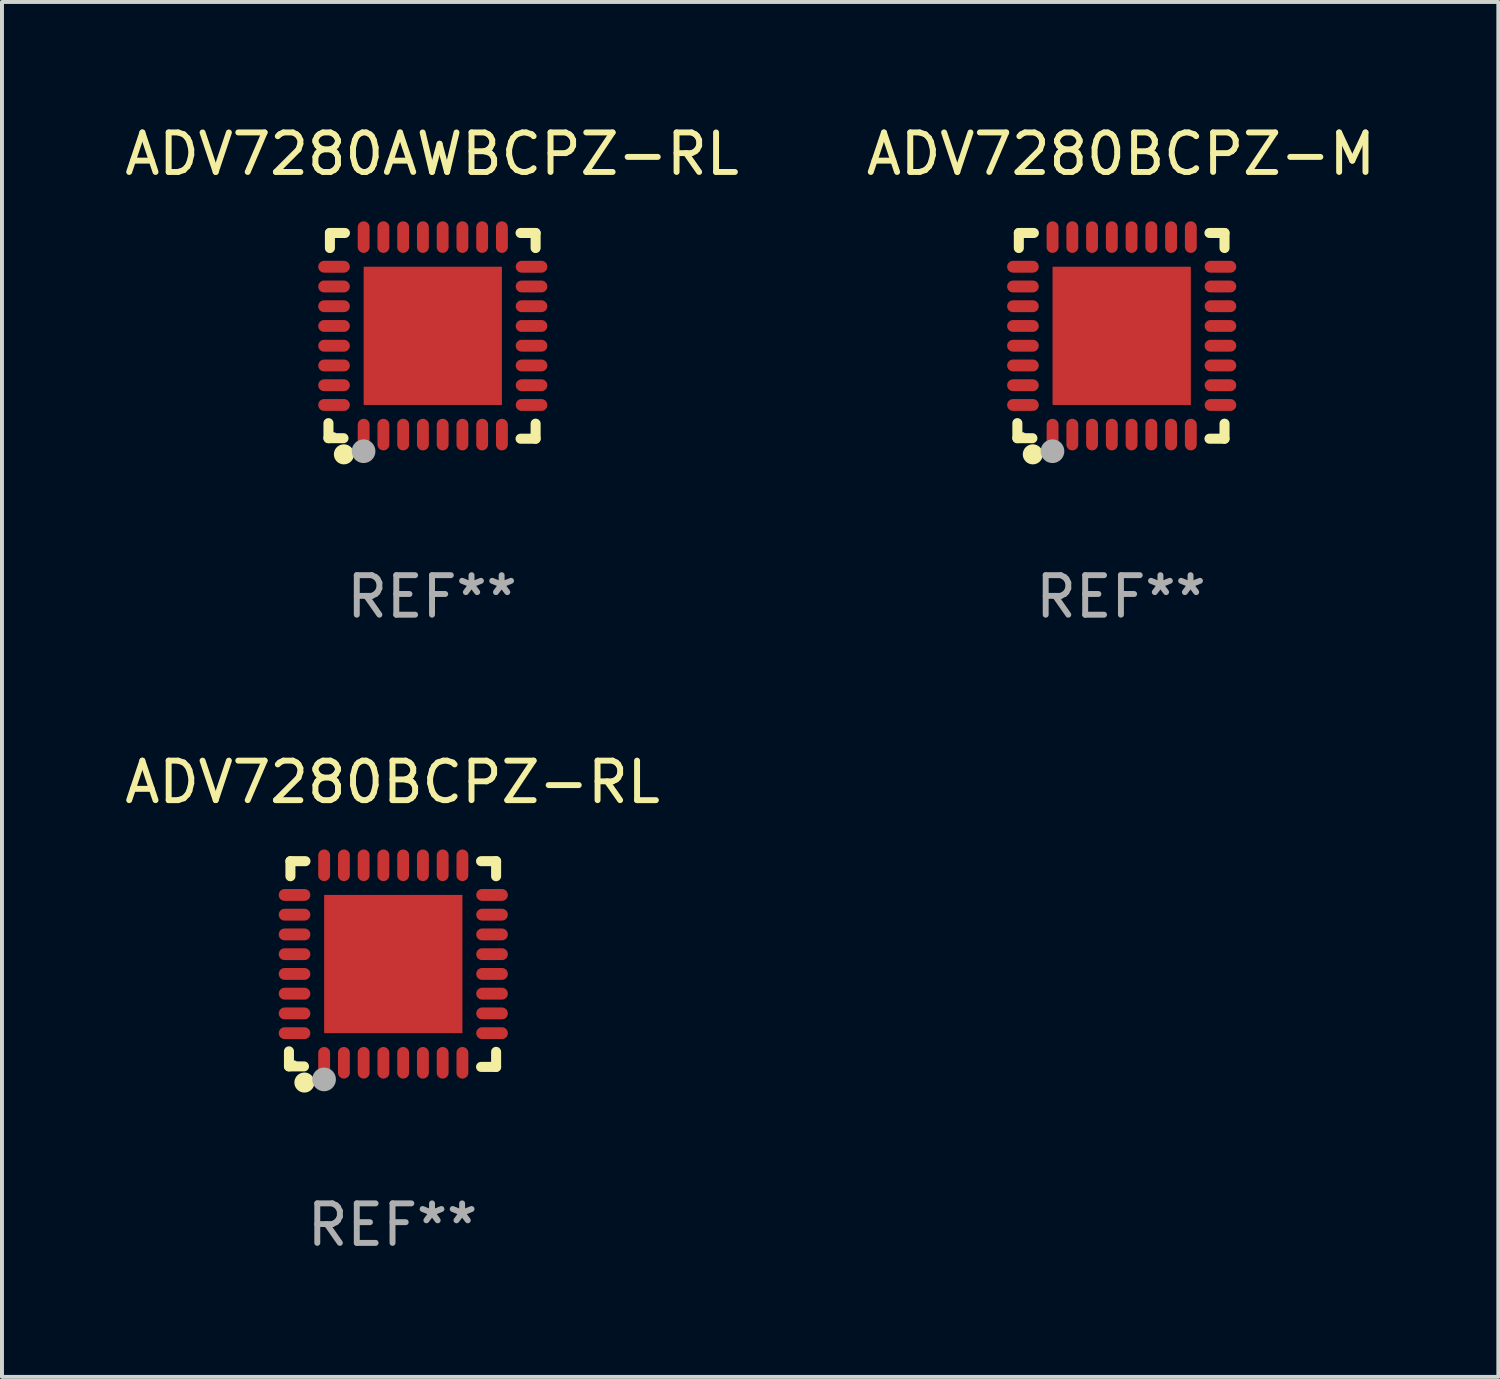
<source format=kicad_pcb>
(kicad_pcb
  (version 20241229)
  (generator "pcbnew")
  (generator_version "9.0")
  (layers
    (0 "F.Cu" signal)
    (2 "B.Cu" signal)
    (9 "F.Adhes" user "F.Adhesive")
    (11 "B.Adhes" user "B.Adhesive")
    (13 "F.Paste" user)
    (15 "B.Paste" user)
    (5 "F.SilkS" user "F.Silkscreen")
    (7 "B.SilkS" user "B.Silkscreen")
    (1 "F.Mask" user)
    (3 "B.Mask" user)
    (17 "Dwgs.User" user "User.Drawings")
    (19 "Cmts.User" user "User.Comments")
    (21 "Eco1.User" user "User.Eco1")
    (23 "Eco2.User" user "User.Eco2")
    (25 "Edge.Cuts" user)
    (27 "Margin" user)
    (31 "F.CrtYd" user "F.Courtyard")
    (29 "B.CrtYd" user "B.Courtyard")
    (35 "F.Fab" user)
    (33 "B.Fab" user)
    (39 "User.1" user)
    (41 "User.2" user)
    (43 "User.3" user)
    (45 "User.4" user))
  (footprint "ADV7280BCPZ-M"
    (layer "F.Cu")
    (at 25.327 5.452)
    (property "Reference" "ADV7280BCPZ-M" (at 0 -4.604 0) (layer "F.SilkS") (effects (font (size 1 1) (thickness 0.15))))
    (attr through_hole)
    (fp_line (start -2.622 2.21) (end -2.622 2.591) (stroke (width 0.254) (type solid)) (layer "F.SilkS"))
    (fp_line (start -2.622 2.591) (end -2.241 2.591) (stroke (width 0.254) (type solid)) (layer "F.SilkS"))
    (fp_line (start -2.585 -2.604) (end -2.585 -2.223) (stroke (width 0.254) (type solid)) (layer "F.SilkS"))
    (fp_line (start -2.204 -2.604) (end -2.585 -2.604) (stroke (width 0.254) (type solid)) (layer "F.SilkS"))
    (fp_line (start 2.241 2.604) (end 2.622 2.604) (stroke (width 0.254) (type solid)) (layer "F.SilkS"))
    (fp_line (start 2.622 -2.604) (end 2.241 -2.604) (stroke (width 0.254) (type solid)) (layer "F.SilkS"))
    (fp_line (start 2.622 -2.223) (end 2.622 -2.604) (stroke (width 0.254) (type solid)) (layer "F.SilkS"))
    (fp_line (start 2.622 2.604) (end 2.622 2.223) (stroke (width 0.254) (type solid)) (layer "F.SilkS"))
    (fp_circle (center -2.481 2.5) (end -2.451 2.5) (stroke (width 0.06) (type solid)) (fill no) (layer "F.SilkS"))
    (fp_circle (center -2.231 3) (end -2.104 3) (stroke (width 0.254) (type solid)) (fill no) (layer "F.SilkS"))
    (fp_circle (center -1.733 2.921) (end -1.583 2.921) (stroke (width 0.3) (type solid)) (fill no) (layer "F.Fab"))
    (fp_text user "REF**" (at 0 6.604 0) (layer "F.Fab") (effects (font (size 1 1) (thickness 0.15))))
    (pad "1" smd oval (at -1.731 2.5 90) (size 0.8 0.3) (layers "F.Cu" "F.Mask" "F.Paste"))
    (pad "2" smd oval (at -1.231 2.5 90) (size 0.8 0.3) (layers "F.Cu" "F.Mask" "F.Paste"))
    (pad "3" smd oval (at -0.731 2.5 90) (size 0.8 0.3) (layers "F.Cu" "F.Mask" "F.Paste"))
    (pad "4" smd oval (at -0.231 2.5 90) (size 0.8 0.3) (layers "F.Cu" "F.Mask" "F.Paste"))
    (pad "5" smd oval (at 0.269 2.5 90) (size 0.8 0.3) (layers "F.Cu" "F.Mask" "F.Paste"))
    (pad "6" smd oval (at 0.769 2.5 90) (size 0.8 0.3) (layers "F.Cu" "F.Mask" "F.Paste"))
    (pad "7" smd oval (at 1.269 2.5 90) (size 0.8 0.3) (layers "F.Cu" "F.Mask" "F.Paste"))
    (pad "8" smd oval (at 1.769 2.5 90) (size 0.8 0.3) (layers "F.Cu" "F.Mask" "F.Paste"))
    (pad "9" smd oval (at 2.519 1.75 180) (size 0.8 0.3) (layers "F.Cu" "F.Mask" "F.Paste"))
    (pad "10" smd oval (at 2.519 1.25 180) (size 0.8 0.3) (layers "F.Cu" "F.Mask" "F.Paste"))
    (pad "11" smd oval (at 2.519 0.75 180) (size 0.8 0.3) (layers "F.Cu" "F.Mask" "F.Paste"))
    (pad "12" smd oval (at 2.519 0.25 180) (size 0.8 0.3) (layers "F.Cu" "F.Mask" "F.Paste"))
    (pad "13" smd oval (at 2.519 -0.25 180) (size 0.8 0.3) (layers "F.Cu" "F.Mask" "F.Paste"))
    (pad "14" smd oval (at 2.519 -0.75 180) (size 0.8 0.3) (layers "F.Cu" "F.Mask" "F.Paste"))
    (pad "15" smd oval (at 2.519 -1.25 180) (size 0.8 0.3) (layers "F.Cu" "F.Mask" "F.Paste"))
    (pad "16" smd oval (at 2.519 -1.75 180) (size 0.8 0.3) (layers "F.Cu" "F.Mask" "F.Paste"))
    (pad "17" smd oval (at 1.769 -2.5 270) (size 0.8 0.3) (layers "F.Cu" "F.Mask" "F.Paste"))
    (pad "18" smd oval (at 1.269 -2.5 270) (size 0.8 0.3) (layers "F.Cu" "F.Mask" "F.Paste"))
    (pad "19" smd oval (at 0.769 -2.5 270) (size 0.8 0.3) (layers "F.Cu" "F.Mask" "F.Paste"))
    (pad "20" smd oval (at 0.269 -2.5 270) (size 0.8 0.3) (layers "F.Cu" "F.Mask" "F.Paste"))
    (pad "21" smd oval (at -0.231 -2.5 270) (size 0.8 0.3) (layers "F.Cu" "F.Mask" "F.Paste"))
    (pad "22" smd oval (at -0.731 -2.5 270) (size 0.8 0.3) (layers "F.Cu" "F.Mask" "F.Paste"))
    (pad "23" smd oval (at -1.231 -2.5 270) (size 0.8 0.3) (layers "F.Cu" "F.Mask" "F.Paste"))
    (pad "24" smd oval (at -1.731 -2.5 270) (size 0.8 0.3) (layers "F.Cu" "F.Mask" "F.Paste"))
    (pad "25" smd oval (at -2.481 -1.75) (size 0.8 0.3) (layers "F.Cu" "F.Mask" "F.Paste"))
    (pad "26" smd oval (at -2.481 -1.25) (size 0.8 0.3) (layers "F.Cu" "F.Mask" "F.Paste"))
    (pad "27" smd oval (at -2.481 -0.75) (size 0.8 0.3) (layers "F.Cu" "F.Mask" "F.Paste"))
    (pad "28" smd oval (at -2.481 -0.25) (size 0.8 0.3) (layers "F.Cu" "F.Mask" "F.Paste"))
    (pad "29" smd oval (at -2.481 0.25) (size 0.8 0.3) (layers "F.Cu" "F.Mask" "F.Paste"))
    (pad "30" smd oval (at -2.481 0.75) (size 0.8 0.3) (layers "F.Cu" "F.Mask" "F.Paste"))
    (pad "31" smd oval (at -2.481 1.25) (size 0.8 0.3) (layers "F.Cu" "F.Mask" "F.Paste"))
    (pad "32" smd oval (at -2.481 1.75) (size 0.8 0.3) (layers "F.Cu" "F.Mask" "F.Paste"))
    (pad "33" smd rect (at 0.019 -0.000025 90) (size 3.5 3.5) (layers "F.Cu" "F.Mask" "F.Paste")))
  (footprint "ADV7280BCPZ-RL"
    (layer "F.Cu")
    (at 6.887 21.355)
    (property "Reference" "ADV7280BCPZ-RL" (at 0 -4.604 0) (layer "F.SilkS") (effects (font (size 1 1) (thickness 0.15))))
    (attr through_hole)
    (fp_line (start -2.622 2.21) (end -2.622 2.591) (stroke (width 0.254) (type solid)) (layer "F.SilkS"))
    (fp_line (start -2.622 2.591) (end -2.241 2.591) (stroke (width 0.254) (type solid)) (layer "F.SilkS"))
    (fp_line (start -2.585 -2.604) (end -2.585 -2.223) (stroke (width 0.254) (type solid)) (layer "F.SilkS"))
    (fp_line (start -2.204 -2.604) (end -2.585 -2.604) (stroke (width 0.254) (type solid)) (layer "F.SilkS"))
    (fp_line (start 2.241 2.604) (end 2.622 2.604) (stroke (width 0.254) (type solid)) (layer "F.SilkS"))
    (fp_line (start 2.622 -2.604) (end 2.241 -2.604) (stroke (width 0.254) (type solid)) (layer "F.SilkS"))
    (fp_line (start 2.622 -2.223) (end 2.622 -2.604) (stroke (width 0.254) (type solid)) (layer "F.SilkS"))
    (fp_line (start 2.622 2.604) (end 2.622 2.223) (stroke (width 0.254) (type solid)) (layer "F.SilkS"))
    (fp_circle (center -2.481 2.5) (end -2.451 2.5) (stroke (width 0.06) (type solid)) (fill no) (layer "F.SilkS"))
    (fp_circle (center -2.231 3) (end -2.104 3) (stroke (width 0.254) (type solid)) (fill no) (layer "F.SilkS"))
    (fp_circle (center -1.733 2.921) (end -1.583 2.921) (stroke (width 0.3) (type solid)) (fill no) (layer "F.Fab"))
    (fp_text user "REF**" (at 0 6.604 0) (layer "F.Fab") (effects (font (size 1 1) (thickness 0.15))))
    (pad "1" smd oval (at -1.731 2.5 90) (size 0.8 0.3) (layers "F.Cu" "F.Mask" "F.Paste"))
    (pad "2" smd oval (at -1.231 2.5 90) (size 0.8 0.3) (layers "F.Cu" "F.Mask" "F.Paste"))
    (pad "3" smd oval (at -0.731 2.5 90) (size 0.8 0.3) (layers "F.Cu" "F.Mask" "F.Paste"))
    (pad "4" smd oval (at -0.231 2.5 90) (size 0.8 0.3) (layers "F.Cu" "F.Mask" "F.Paste"))
    (pad "5" smd oval (at 0.269 2.5 90) (size 0.8 0.3) (layers "F.Cu" "F.Mask" "F.Paste"))
    (pad "6" smd oval (at 0.769 2.5 90) (size 0.8 0.3) (layers "F.Cu" "F.Mask" "F.Paste"))
    (pad "7" smd oval (at 1.269 2.5 90) (size 0.8 0.3) (layers "F.Cu" "F.Mask" "F.Paste"))
    (pad "8" smd oval (at 1.769 2.5 90) (size 0.8 0.3) (layers "F.Cu" "F.Mask" "F.Paste"))
    (pad "9" smd oval (at 2.519 1.75 180) (size 0.8 0.3) (layers "F.Cu" "F.Mask" "F.Paste"))
    (pad "10" smd oval (at 2.519 1.25 180) (size 0.8 0.3) (layers "F.Cu" "F.Mask" "F.Paste"))
    (pad "11" smd oval (at 2.519 0.75 180) (size 0.8 0.3) (layers "F.Cu" "F.Mask" "F.Paste"))
    (pad "12" smd oval (at 2.519 0.25 180) (size 0.8 0.3) (layers "F.Cu" "F.Mask" "F.Paste"))
    (pad "13" smd oval (at 2.519 -0.25 180) (size 0.8 0.3) (layers "F.Cu" "F.Mask" "F.Paste"))
    (pad "14" smd oval (at 2.519 -0.75 180) (size 0.8 0.3) (layers "F.Cu" "F.Mask" "F.Paste"))
    (pad "15" smd oval (at 2.519 -1.25 180) (size 0.8 0.3) (layers "F.Cu" "F.Mask" "F.Paste"))
    (pad "16" smd oval (at 2.519 -1.75 180) (size 0.8 0.3) (layers "F.Cu" "F.Mask" "F.Paste"))
    (pad "17" smd oval (at 1.769 -2.5 270) (size 0.8 0.3) (layers "F.Cu" "F.Mask" "F.Paste"))
    (pad "18" smd oval (at 1.269 -2.5 270) (size 0.8 0.3) (layers "F.Cu" "F.Mask" "F.Paste"))
    (pad "19" smd oval (at 0.769 -2.5 270) (size 0.8 0.3) (layers "F.Cu" "F.Mask" "F.Paste"))
    (pad "20" smd oval (at 0.269 -2.5 270) (size 0.8 0.3) (layers "F.Cu" "F.Mask" "F.Paste"))
    (pad "21" smd oval (at -0.231 -2.5 270) (size 0.8 0.3) (layers "F.Cu" "F.Mask" "F.Paste"))
    (pad "22" smd oval (at -0.731 -2.5 270) (size 0.8 0.3) (layers "F.Cu" "F.Mask" "F.Paste"))
    (pad "23" smd oval (at -1.231 -2.5 270) (size 0.8 0.3) (layers "F.Cu" "F.Mask" "F.Paste"))
    (pad "24" smd oval (at -1.731 -2.5 270) (size 0.8 0.3) (layers "F.Cu" "F.Mask" "F.Paste"))
    (pad "25" smd oval (at -2.481 -1.75) (size 0.8 0.3) (layers "F.Cu" "F.Mask" "F.Paste"))
    (pad "26" smd oval (at -2.481 -1.25) (size 0.8 0.3) (layers "F.Cu" "F.Mask" "F.Paste"))
    (pad "27" smd oval (at -2.481 -0.75) (size 0.8 0.3) (layers "F.Cu" "F.Mask" "F.Paste"))
    (pad "28" smd oval (at -2.481 -0.25) (size 0.8 0.3) (layers "F.Cu" "F.Mask" "F.Paste"))
    (pad "29" smd oval (at -2.481 0.25) (size 0.8 0.3) (layers "F.Cu" "F.Mask" "F.Paste"))
    (pad "30" smd oval (at -2.481 0.75) (size 0.8 0.3) (layers "F.Cu" "F.Mask" "F.Paste"))
    (pad "31" smd oval (at -2.481 1.25) (size 0.8 0.3) (layers "F.Cu" "F.Mask" "F.Paste"))
    (pad "32" smd oval (at -2.481 1.75) (size 0.8 0.3) (layers "F.Cu" "F.Mask" "F.Paste"))
    (pad "33" smd rect (at 0.019 -0.000025 90) (size 3.5 3.5) (layers "F.Cu" "F.Mask" "F.Paste")))
  (footprint "ADV7280AWBCPZ-RL"
    (layer "F.Cu")
    (at 7.887 5.452)
    (property "Reference" "ADV7280AWBCPZ-RL" (at 0 -4.604 0) (layer "F.SilkS") (effects (font (size 1 1) (thickness 0.15))))
    (attr through_hole)
    (fp_line (start -2.622 2.21) (end -2.622 2.591) (stroke (width 0.254) (type solid)) (layer "F.SilkS"))
    (fp_line (start -2.622 2.591) (end -2.241 2.591) (stroke (width 0.254) (type solid)) (layer "F.SilkS"))
    (fp_line (start -2.585 -2.604) (end -2.585 -2.223) (stroke (width 0.254) (type solid)) (layer "F.SilkS"))
    (fp_line (start -2.204 -2.604) (end -2.585 -2.604) (stroke (width 0.254) (type solid)) (layer "F.SilkS"))
    (fp_line (start 2.241 2.604) (end 2.622 2.604) (stroke (width 0.254) (type solid)) (layer "F.SilkS"))
    (fp_line (start 2.622 -2.604) (end 2.241 -2.604) (stroke (width 0.254) (type solid)) (layer "F.SilkS"))
    (fp_line (start 2.622 -2.223) (end 2.622 -2.604) (stroke (width 0.254) (type solid)) (layer "F.SilkS"))
    (fp_line (start 2.622 2.604) (end 2.622 2.223) (stroke (width 0.254) (type solid)) (layer "F.SilkS"))
    (fp_circle (center -2.481 2.5) (end -2.451 2.5) (stroke (width 0.06) (type solid)) (fill no) (layer "F.SilkS"))
    (fp_circle (center -2.231 3) (end -2.104 3) (stroke (width 0.254) (type solid)) (fill no) (layer "F.SilkS"))
    (fp_circle (center -1.733 2.921) (end -1.583 2.921) (stroke (width 0.3) (type solid)) (fill no) (layer "F.Fab"))
    (fp_text user "REF**" (at 0 6.604 0) (layer "F.Fab") (effects (font (size 1 1) (thickness 0.15))))
    (pad "1" smd oval (at -1.731 2.5 90) (size 0.8 0.3) (layers "F.Cu" "F.Mask" "F.Paste"))
    (pad "2" smd oval (at -1.231 2.5 90) (size 0.8 0.3) (layers "F.Cu" "F.Mask" "F.Paste"))
    (pad "3" smd oval (at -0.731 2.5 90) (size 0.8 0.3) (layers "F.Cu" "F.Mask" "F.Paste"))
    (pad "4" smd oval (at -0.231 2.5 90) (size 0.8 0.3) (layers "F.Cu" "F.Mask" "F.Paste"))
    (pad "5" smd oval (at 0.269 2.5 90) (size 0.8 0.3) (layers "F.Cu" "F.Mask" "F.Paste"))
    (pad "6" smd oval (at 0.769 2.5 90) (size 0.8 0.3) (layers "F.Cu" "F.Mask" "F.Paste"))
    (pad "7" smd oval (at 1.269 2.5 90) (size 0.8 0.3) (layers "F.Cu" "F.Mask" "F.Paste"))
    (pad "8" smd oval (at 1.769 2.5 90) (size 0.8 0.3) (layers "F.Cu" "F.Mask" "F.Paste"))
    (pad "9" smd oval (at 2.519 1.75 180) (size 0.8 0.3) (layers "F.Cu" "F.Mask" "F.Paste"))
    (pad "10" smd oval (at 2.519 1.25 180) (size 0.8 0.3) (layers "F.Cu" "F.Mask" "F.Paste"))
    (pad "11" smd oval (at 2.519 0.75 180) (size 0.8 0.3) (layers "F.Cu" "F.Mask" "F.Paste"))
    (pad "12" smd oval (at 2.519 0.25 180) (size 0.8 0.3) (layers "F.Cu" "F.Mask" "F.Paste"))
    (pad "13" smd oval (at 2.519 -0.25 180) (size 0.8 0.3) (layers "F.Cu" "F.Mask" "F.Paste"))
    (pad "14" smd oval (at 2.519 -0.75 180) (size 0.8 0.3) (layers "F.Cu" "F.Mask" "F.Paste"))
    (pad "15" smd oval (at 2.519 -1.25 180) (size 0.8 0.3) (layers "F.Cu" "F.Mask" "F.Paste"))
    (pad "16" smd oval (at 2.519 -1.75 180) (size 0.8 0.3) (layers "F.Cu" "F.Mask" "F.Paste"))
    (pad "17" smd oval (at 1.769 -2.5 270) (size 0.8 0.3) (layers "F.Cu" "F.Mask" "F.Paste"))
    (pad "18" smd oval (at 1.269 -2.5 270) (size 0.8 0.3) (layers "F.Cu" "F.Mask" "F.Paste"))
    (pad "19" smd oval (at 0.769 -2.5 270) (size 0.8 0.3) (layers "F.Cu" "F.Mask" "F.Paste"))
    (pad "20" smd oval (at 0.269 -2.5 270) (size 0.8 0.3) (layers "F.Cu" "F.Mask" "F.Paste"))
    (pad "21" smd oval (at -0.231 -2.5 270) (size 0.8 0.3) (layers "F.Cu" "F.Mask" "F.Paste"))
    (pad "22" smd oval (at -0.731 -2.5 270) (size 0.8 0.3) (layers "F.Cu" "F.Mask" "F.Paste"))
    (pad "23" smd oval (at -1.231 -2.5 270) (size 0.8 0.3) (layers "F.Cu" "F.Mask" "F.Paste"))
    (pad "24" smd oval (at -1.731 -2.5 270) (size 0.8 0.3) (layers "F.Cu" "F.Mask" "F.Paste"))
    (pad "25" smd oval (at -2.481 -1.75) (size 0.8 0.3) (layers "F.Cu" "F.Mask" "F.Paste"))
    (pad "26" smd oval (at -2.481 -1.25) (size 0.8 0.3) (layers "F.Cu" "F.Mask" "F.Paste"))
    (pad "27" smd oval (at -2.481 -0.75) (size 0.8 0.3) (layers "F.Cu" "F.Mask" "F.Paste"))
    (pad "28" smd oval (at -2.481 -0.25) (size 0.8 0.3) (layers "F.Cu" "F.Mask" "F.Paste"))
    (pad "29" smd oval (at -2.481 0.25) (size 0.8 0.3) (layers "F.Cu" "F.Mask" "F.Paste"))
    (pad "30" smd oval (at -2.481 0.75) (size 0.8 0.3) (layers "F.Cu" "F.Mask" "F.Paste"))
    (pad "31" smd oval (at -2.481 1.25) (size 0.8 0.3) (layers "F.Cu" "F.Mask" "F.Paste"))
    (pad "32" smd oval (at -2.481 1.75) (size 0.8 0.3) (layers "F.Cu" "F.Mask" "F.Paste"))
    (pad "33" smd rect (at 0.019 -0.000025 90) (size 3.5 3.5) (layers "F.Cu" "F.Mask" "F.Paste")))
  (gr_rect
    (start -3 -3)
    (end 34.881 31.807)
    (stroke (width 0.1) (type default))
    (fill no)
    (layer "Edge.Cuts")))
</source>
